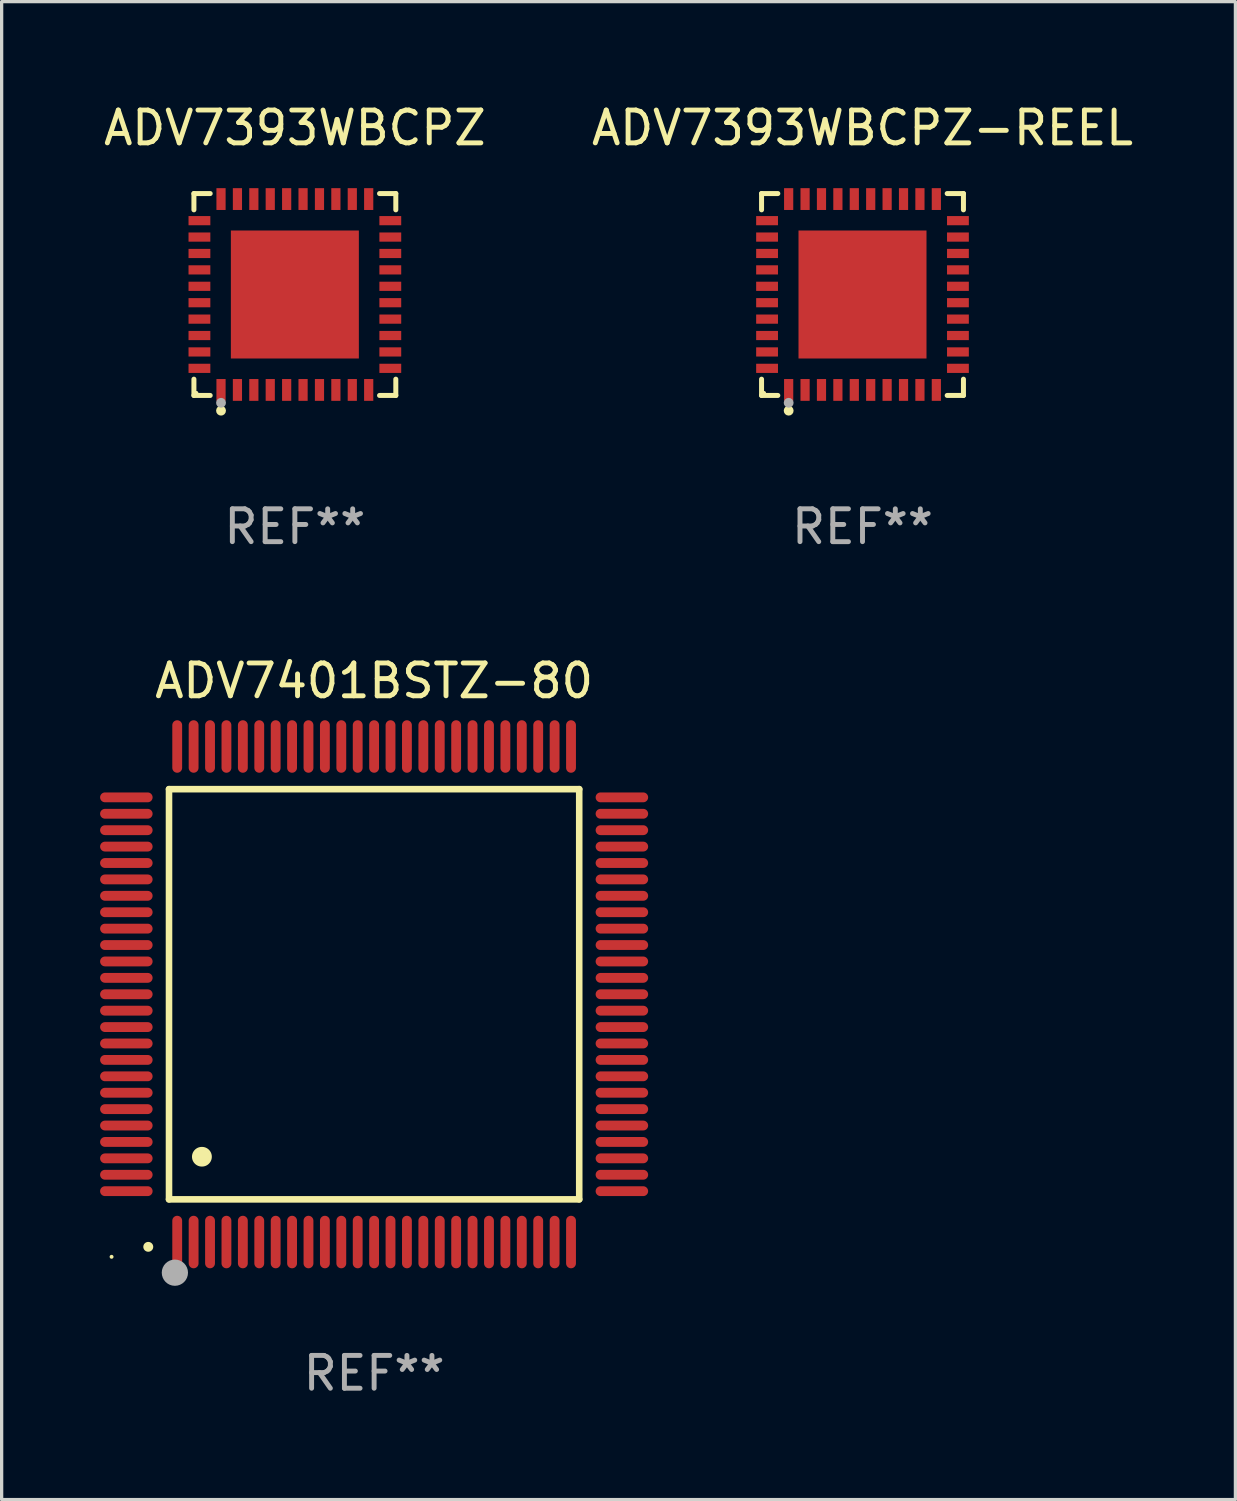
<source format=kicad_pcb>
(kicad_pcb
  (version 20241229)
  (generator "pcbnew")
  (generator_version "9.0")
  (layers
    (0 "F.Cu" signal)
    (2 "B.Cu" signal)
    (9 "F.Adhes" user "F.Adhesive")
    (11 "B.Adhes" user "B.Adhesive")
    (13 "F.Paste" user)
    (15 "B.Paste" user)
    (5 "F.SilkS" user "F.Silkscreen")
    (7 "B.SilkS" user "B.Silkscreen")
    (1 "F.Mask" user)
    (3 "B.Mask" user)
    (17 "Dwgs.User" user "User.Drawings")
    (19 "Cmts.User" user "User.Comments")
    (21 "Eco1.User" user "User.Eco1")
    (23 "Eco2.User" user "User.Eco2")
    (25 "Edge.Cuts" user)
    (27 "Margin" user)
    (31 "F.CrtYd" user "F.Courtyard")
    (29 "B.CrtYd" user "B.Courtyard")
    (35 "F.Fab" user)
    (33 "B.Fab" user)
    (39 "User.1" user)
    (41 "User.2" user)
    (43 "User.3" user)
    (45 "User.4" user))
  (footprint "ADV7401BSTZ-80"
    (layer "F.Cu")
    (at 8.35 27.247)
    (property "Reference" "ADV7401BSTZ-80" (at 0 -9.55 0) (layer "F.SilkS") (effects (font (size 1 1) (thickness 0.15))))
    (attr through_hole)
    (fp_line (start -6.25 -6.25) (end -6.25 6.25) (stroke (width 0.2) (type solid)) (layer "F.SilkS"))
    (fp_line (start -6.25 6.25) (end 6.25 6.25) (stroke (width 0.2) (type solid)) (layer "F.SilkS"))
    (fp_line (start 6.25 -6.25) (end -6.25 -6.25) (stroke (width 0.2) (type solid)) (layer "F.SilkS"))
    (fp_line (start 6.25 6.25) (end 6.25 -6.25) (stroke (width 0.2) (type solid)) (layer "F.SilkS"))
    (fp_arc (start -6.883414 7.696215) (mid -6.882144 7.69621) (end -6.880874 7.696215) (stroke (width 0.3) (type solid)) (layer "F.SilkS"))
    (fp_arc (start -5.250191 4.95047) (mid -5.247651 4.950459) (end -5.245111 4.95047) (stroke (width 0.6) (type solid)) (layer "F.SilkS"))
    (fp_circle (center -8 8) (end -7.97 8) (stroke (width 0.06) (type solid)) (fill no) (layer "F.SilkS"))
    (fp_circle (center -6.071 8.484) (end -5.871 8.484) (stroke (width 0.4) (type solid)) (fill no) (layer "F.Fab"))
    (fp_text user "REF**" (at 0 11.55 0) (layer "F.Fab") (effects (font (size 1 1) (thickness 0.15))))
    (pad "1" smd oval (at -6 7.55) (size 0.3 1.6) (layers "F.Cu" "F.Mask" "F.Paste"))
    (pad "2" smd oval (at -5.5 7.55) (size 0.3 1.6) (layers "F.Cu" "F.Mask" "F.Paste"))
    (pad "3" smd oval (at -5 7.55) (size 0.3 1.6) (layers "F.Cu" "F.Mask" "F.Paste"))
    (pad "4" smd oval (at -4.5 7.55) (size 0.3 1.6) (layers "F.Cu" "F.Mask" "F.Paste"))
    (pad "5" smd oval (at -4 7.55) (size 0.3 1.6) (layers "F.Cu" "F.Mask" "F.Paste"))
    (pad "6" smd oval (at -3.5 7.55) (size 0.3 1.6) (layers "F.Cu" "F.Mask" "F.Paste"))
    (pad "7" smd oval (at -3 7.55) (size 0.3 1.6) (layers "F.Cu" "F.Mask" "F.Paste"))
    (pad "8" smd oval (at -2.5 7.55) (size 0.3 1.6) (layers "F.Cu" "F.Mask" "F.Paste"))
    (pad "9" smd oval (at -2 7.55) (size 0.3 1.6) (layers "F.Cu" "F.Mask" "F.Paste"))
    (pad "10" smd oval (at -1.5 7.55) (size 0.3 1.6) (layers "F.Cu" "F.Mask" "F.Paste"))
    (pad "11" smd oval (at -1 7.55) (size 0.3 1.6) (layers "F.Cu" "F.Mask" "F.Paste"))
    (pad "12" smd oval (at -0.5 7.55) (size 0.3 1.6) (layers "F.Cu" "F.Mask" "F.Paste"))
    (pad "13" smd oval (at 0 7.55) (size 0.3 1.6) (layers "F.Cu" "F.Mask" "F.Paste"))
    (pad "14" smd oval (at 0.5 7.55) (size 0.3 1.6) (layers "F.Cu" "F.Mask" "F.Paste"))
    (pad "15" smd oval (at 1 7.55) (size 0.3 1.6) (layers "F.Cu" "F.Mask" "F.Paste"))
    (pad "16" smd oval (at 1.5 7.55) (size 0.3 1.6) (layers "F.Cu" "F.Mask" "F.Paste"))
    (pad "17" smd oval (at 2 7.55) (size 0.3 1.6) (layers "F.Cu" "F.Mask" "F.Paste"))
    (pad "18" smd oval (at 2.5 7.55) (size 0.3 1.6) (layers "F.Cu" "F.Mask" "F.Paste"))
    (pad "19" smd oval (at 3 7.55) (size 0.3 1.6) (layers "F.Cu" "F.Mask" "F.Paste"))
    (pad "20" smd oval (at 3.5 7.55) (size 0.3 1.6) (layers "F.Cu" "F.Mask" "F.Paste"))
    (pad "21" smd oval (at 4 7.55) (size 0.3 1.6) (layers "F.Cu" "F.Mask" "F.Paste"))
    (pad "22" smd oval (at 4.5 7.55) (size 0.3 1.6) (layers "F.Cu" "F.Mask" "F.Paste"))
    (pad "23" smd oval (at 5 7.55) (size 0.3 1.6) (layers "F.Cu" "F.Mask" "F.Paste"))
    (pad "24" smd oval (at 5.5 7.55) (size 0.3 1.6) (layers "F.Cu" "F.Mask" "F.Paste"))
    (pad "25" smd oval (at 6 7.55) (size 0.3 1.6) (layers "F.Cu" "F.Mask" "F.Paste"))
    (pad "26" smd oval (at 7.55 6) (size 1.6 0.3) (layers "F.Cu" "F.Mask" "F.Paste"))
    (pad "27" smd oval (at 7.55 5.5) (size 1.6 0.3) (layers "F.Cu" "F.Mask" "F.Paste"))
    (pad "28" smd oval (at 7.55 5) (size 1.6 0.3) (layers "F.Cu" "F.Mask" "F.Paste"))
    (pad "29" smd oval (at 7.55 4.5) (size 1.6 0.3) (layers "F.Cu" "F.Mask" "F.Paste"))
    (pad "30" smd oval (at 7.55 4) (size 1.6 0.3) (layers "F.Cu" "F.Mask" "F.Paste"))
    (pad "31" smd oval (at 7.55 3.5) (size 1.6 0.3) (layers "F.Cu" "F.Mask" "F.Paste"))
    (pad "32" smd oval (at 7.55 3) (size 1.6 0.3) (layers "F.Cu" "F.Mask" "F.Paste"))
    (pad "33" smd oval (at 7.55 2.5) (size 1.6 0.3) (layers "F.Cu" "F.Mask" "F.Paste"))
    (pad "34" smd oval (at 7.55 2) (size 1.6 0.3) (layers "F.Cu" "F.Mask" "F.Paste"))
    (pad "35" smd oval (at 7.55 1.5) (size 1.6 0.3) (layers "F.Cu" "F.Mask" "F.Paste"))
    (pad "36" smd oval (at 7.55 1) (size 1.6 0.3) (layers "F.Cu" "F.Mask" "F.Paste"))
    (pad "37" smd oval (at 7.55 0.5) (size 1.6 0.3) (layers "F.Cu" "F.Mask" "F.Paste"))
    (pad "38" smd oval (at 7.55 0) (size 1.6 0.3) (layers "F.Cu" "F.Mask" "F.Paste"))
    (pad "39" smd oval (at 7.55 -0.5) (size 1.6 0.3) (layers "F.Cu" "F.Mask" "F.Paste"))
    (pad "40" smd oval (at 7.55 -1) (size 1.6 0.3) (layers "F.Cu" "F.Mask" "F.Paste"))
    (pad "41" smd oval (at 7.55 -1.5) (size 1.6 0.3) (layers "F.Cu" "F.Mask" "F.Paste"))
    (pad "42" smd oval (at 7.55 -2) (size 1.6 0.3) (layers "F.Cu" "F.Mask" "F.Paste"))
    (pad "43" smd oval (at 7.55 -2.5) (size 1.6 0.3) (layers "F.Cu" "F.Mask" "F.Paste"))
    (pad "44" smd oval (at 7.55 -3) (size 1.6 0.3) (layers "F.Cu" "F.Mask" "F.Paste"))
    (pad "45" smd oval (at 7.55 -3.5) (size 1.6 0.3) (layers "F.Cu" "F.Mask" "F.Paste"))
    (pad "46" smd oval (at 7.55 -4) (size 1.6 0.3) (layers "F.Cu" "F.Mask" "F.Paste"))
    (pad "47" smd oval (at 7.55 -4.5) (size 1.6 0.3) (layers "F.Cu" "F.Mask" "F.Paste"))
    (pad "48" smd oval (at 7.55 -5) (size 1.6 0.3) (layers "F.Cu" "F.Mask" "F.Paste"))
    (pad "49" smd oval (at 7.55 -5.5) (size 1.6 0.3) (layers "F.Cu" "F.Mask" "F.Paste"))
    (pad "50" smd oval (at 7.55 -6) (size 1.6 0.3) (layers "F.Cu" "F.Mask" "F.Paste"))
    (pad "51" smd oval (at 6 -7.55) (size 0.3 1.6) (layers "F.Cu" "F.Mask" "F.Paste"))
    (pad "52" smd oval (at 5.5 -7.55) (size 0.3 1.6) (layers "F.Cu" "F.Mask" "F.Paste"))
    (pad "53" smd oval (at 5 -7.55) (size 0.3 1.6) (layers "F.Cu" "F.Mask" "F.Paste"))
    (pad "54" smd oval (at 4.5 -7.55) (size 0.3 1.6) (layers "F.Cu" "F.Mask" "F.Paste"))
    (pad "55" smd oval (at 4 -7.55) (size 0.3 1.6) (layers "F.Cu" "F.Mask" "F.Paste"))
    (pad "56" smd oval (at 3.5 -7.55) (size 0.3 1.6) (layers "F.Cu" "F.Mask" "F.Paste"))
    (pad "57" smd oval (at 3 -7.55) (size 0.3 1.6) (layers "F.Cu" "F.Mask" "F.Paste"))
    (pad "58" smd oval (at 2.5 -7.55) (size 0.3 1.6) (layers "F.Cu" "F.Mask" "F.Paste"))
    (pad "59" smd oval (at 2 -7.55) (size 0.3 1.6) (layers "F.Cu" "F.Mask" "F.Paste"))
    (pad "60" smd oval (at 1.5 -7.55) (size 0.3 1.6) (layers "F.Cu" "F.Mask" "F.Paste"))
    (pad "61" smd oval (at 1 -7.55) (size 0.3 1.6) (layers "F.Cu" "F.Mask" "F.Paste"))
    (pad "62" smd oval (at 0.5 -7.55) (size 0.3 1.6) (layers "F.Cu" "F.Mask" "F.Paste"))
    (pad "63" smd oval (at 0 -7.55) (size 0.3 1.6) (layers "F.Cu" "F.Mask" "F.Paste"))
    (pad "64" smd oval (at -0.5 -7.55) (size 0.3 1.6) (layers "F.Cu" "F.Mask" "F.Paste"))
    (pad "65" smd oval (at -1 -7.55) (size 0.3 1.6) (layers "F.Cu" "F.Mask" "F.Paste"))
    (pad "66" smd oval (at -1.5 -7.55) (size 0.3 1.6) (layers "F.Cu" "F.Mask" "F.Paste"))
    (pad "67" smd oval (at -2 -7.55) (size 0.3 1.6) (layers "F.Cu" "F.Mask" "F.Paste"))
    (pad "68" smd oval (at -2.5 -7.55) (size 0.3 1.6) (layers "F.Cu" "F.Mask" "F.Paste"))
    (pad "69" smd oval (at -3 -7.55) (size 0.3 1.6) (layers "F.Cu" "F.Mask" "F.Paste"))
    (pad "70" smd oval (at -3.5 -7.55) (size 0.3 1.6) (layers "F.Cu" "F.Mask" "F.Paste"))
    (pad "71" smd oval (at -4 -7.55) (size 0.3 1.6) (layers "F.Cu" "F.Mask" "F.Paste"))
    (pad "72" smd oval (at -4.5 -7.55) (size 0.3 1.6) (layers "F.Cu" "F.Mask" "F.Paste"))
    (pad "73" smd oval (at -5 -7.55) (size 0.3 1.6) (layers "F.Cu" "F.Mask" "F.Paste"))
    (pad "74" smd oval (at -5.5 -7.55) (size 0.3 1.6) (layers "F.Cu" "F.Mask" "F.Paste"))
    (pad "75" smd oval (at -6 -7.55) (size 0.3 1.6) (layers "F.Cu" "F.Mask" "F.Paste"))
    (pad "76" smd oval (at -7.55 -6) (size 1.6 0.3) (layers "F.Cu" "F.Mask" "F.Paste"))
    (pad "77" smd oval (at -7.55 -5.5) (size 1.6 0.3) (layers "F.Cu" "F.Mask" "F.Paste"))
    (pad "78" smd oval (at -7.55 -5) (size 1.6 0.3) (layers "F.Cu" "F.Mask" "F.Paste"))
    (pad "79" smd oval (at -7.55 -4.5) (size 1.6 0.3) (layers "F.Cu" "F.Mask" "F.Paste"))
    (pad "80" smd oval (at -7.55 -4) (size 1.6 0.3) (layers "F.Cu" "F.Mask" "F.Paste"))
    (pad "81" smd oval (at -7.55 -3.5) (size 1.6 0.3) (layers "F.Cu" "F.Mask" "F.Paste"))
    (pad "82" smd oval (at -7.55 -3) (size 1.6 0.3) (layers "F.Cu" "F.Mask" "F.Paste"))
    (pad "83" smd oval (at -7.55 -2.5) (size 1.6 0.3) (layers "F.Cu" "F.Mask" "F.Paste"))
    (pad "84" smd oval (at -7.55 -2) (size 1.6 0.3) (layers "F.Cu" "F.Mask" "F.Paste"))
    (pad "85" smd oval (at -7.55 -1.5) (size 1.6 0.3) (layers "F.Cu" "F.Mask" "F.Paste"))
    (pad "86" smd oval (at -7.55 -1) (size 1.6 0.3) (layers "F.Cu" "F.Mask" "F.Paste"))
    (pad "87" smd oval (at -7.55 -0.5) (size 1.6 0.3) (layers "F.Cu" "F.Mask" "F.Paste"))
    (pad "88" smd oval (at -7.55 0) (size 1.6 0.3) (layers "F.Cu" "F.Mask" "F.Paste"))
    (pad "89" smd oval (at -7.55 0.5) (size 1.6 0.3) (layers "F.Cu" "F.Mask" "F.Paste"))
    (pad "90" smd oval (at -7.55 1) (size 1.6 0.3) (layers "F.Cu" "F.Mask" "F.Paste"))
    (pad "91" smd oval (at -7.55 1.5) (size 1.6 0.3) (layers "F.Cu" "F.Mask" "F.Paste"))
    (pad "92" smd oval (at -7.55 2) (size 1.6 0.3) (layers "F.Cu" "F.Mask" "F.Paste"))
    (pad "93" smd oval (at -7.55 2.5) (size 1.6 0.3) (layers "F.Cu" "F.Mask" "F.Paste"))
    (pad "94" smd oval (at -7.55 3) (size 1.6 0.3) (layers "F.Cu" "F.Mask" "F.Paste"))
    (pad "95" smd oval (at -7.55 3.5) (size 1.6 0.3) (layers "F.Cu" "F.Mask" "F.Paste"))
    (pad "96" smd oval (at -7.55 4) (size 1.6 0.3) (layers "F.Cu" "F.Mask" "F.Paste"))
    (pad "97" smd oval (at -7.55 4.5) (size 1.6 0.3) (layers "F.Cu" "F.Mask" "F.Paste"))
    (pad "98" smd oval (at -7.55 5) (size 1.6 0.3) (layers "F.Cu" "F.Mask" "F.Paste"))
    (pad "99" smd oval (at -7.55 5.5) (size 1.6 0.3) (layers "F.Cu" "F.Mask" "F.Paste"))
    (pad "100" smd oval (at -7.55 6) (size 1.6 0.3) (layers "F.Cu" "F.Mask" "F.Paste")))
  (footprint "ADV7393WBCPZ-REEL"
    (layer "F.Cu")
    (at 23.232 5.924)
    (property "Reference" "ADV7393WBCPZ-REEL" (at 0 -5.076 0) (layer "F.SilkS") (effects (font (size 1 1) (thickness 0.15))))
    (attr through_hole)
    (fp_line (start -3.076 -3.076) (end -2.58 -3.076) (stroke (width 0.152) (type solid)) (layer "F.SilkS"))
    (fp_line (start -3.076 -2.58) (end -3.076 -3.076) (stroke (width 0.152) (type solid)) (layer "F.SilkS"))
    (fp_line (start -3.076 2.58) (end -3.076 3.076) (stroke (width 0.152) (type solid)) (layer "F.SilkS"))
    (fp_line (start -3.076 3.076) (end -2.58 3.076) (stroke (width 0.152) (type solid)) (layer "F.SilkS"))
    (fp_line (start 3.076 -3.076) (end 2.58 -3.076) (stroke (width 0.152) (type solid)) (layer "F.SilkS"))
    (fp_line (start 3.076 -2.58) (end 3.076 -3.076) (stroke (width 0.152) (type solid)) (layer "F.SilkS"))
    (fp_line (start 3.076 2.58) (end 3.076 3.076) (stroke (width 0.152) (type solid)) (layer "F.SilkS"))
    (fp_line (start 3.076 3.076) (end 2.58 3.076) (stroke (width 0.152) (type solid)) (layer "F.SilkS"))
    (fp_circle (center -3 3) (end -2.97 3) (stroke (width 0.06) (type solid)) (fill no) (layer "F.SilkS"))
    (fp_circle (center -2.25 3.54) (end -2.175 3.54) (stroke (width 0.15) (type solid)) (fill no) (layer "F.SilkS"))
    (fp_circle (center -2.25 3.3) (end -2.175 3.3) (stroke (width 0.15) (type solid)) (fill no) (layer "F.Fab"))
    (fp_text user "REF**" (at 0 7.076 0) (layer "F.Fab") (effects (font (size 1 1) (thickness 0.15))))
    (pad "1" smd rect (at -2.25 2.908) (size 0.28 0.665) (layers "F.Cu" "F.Mask" "F.Paste"))
    (pad "2" smd rect (at -1.75 2.908) (size 0.28 0.665) (layers "F.Cu" "F.Mask" "F.Paste"))
    (pad "3" smd rect (at -1.25 2.908) (size 0.28 0.665) (layers "F.Cu" "F.Mask" "F.Paste"))
    (pad "4" smd rect (at -0.75 2.908) (size 0.28 0.665) (layers "F.Cu" "F.Mask" "F.Paste"))
    (pad "5" smd rect (at -0.25 2.908) (size 0.28 0.665) (layers "F.Cu" "F.Mask" "F.Paste"))
    (pad "6" smd rect (at 0.25 2.908) (size 0.28 0.665) (layers "F.Cu" "F.Mask" "F.Paste"))
    (pad "7" smd rect (at 0.75 2.908) (size 0.28 0.665) (layers "F.Cu" "F.Mask" "F.Paste"))
    (pad "8" smd rect (at 1.25 2.908) (size 0.28 0.665) (layers "F.Cu" "F.Mask" "F.Paste"))
    (pad "9" smd rect (at 1.75 2.908) (size 0.28 0.665) (layers "F.Cu" "F.Mask" "F.Paste"))
    (pad "10" smd rect (at 2.25 2.908) (size 0.28 0.665) (layers "F.Cu" "F.Mask" "F.Paste"))
    (pad "11" smd rect (at 2.908 2.25) (size 0.665 0.28) (layers "F.Cu" "F.Mask" "F.Paste"))
    (pad "12" smd rect (at 2.908 1.75) (size 0.665 0.28) (layers "F.Cu" "F.Mask" "F.Paste"))
    (pad "13" smd rect (at 2.908 1.25) (size 0.665 0.28) (layers "F.Cu" "F.Mask" "F.Paste"))
    (pad "14" smd rect (at 2.908 0.75) (size 0.665 0.28) (layers "F.Cu" "F.Mask" "F.Paste"))
    (pad "15" smd rect (at 2.908 0.25) (size 0.665 0.28) (layers "F.Cu" "F.Mask" "F.Paste"))
    (pad "16" smd rect (at 2.908 -0.25) (size 0.665 0.28) (layers "F.Cu" "F.Mask" "F.Paste"))
    (pad "17" smd rect (at 2.908 -0.75) (size 0.665 0.28) (layers "F.Cu" "F.Mask" "F.Paste"))
    (pad "18" smd rect (at 2.908 -1.25) (size 0.665 0.28) (layers "F.Cu" "F.Mask" "F.Paste"))
    (pad "19" smd rect (at 2.908 -1.75) (size 0.665 0.28) (layers "F.Cu" "F.Mask" "F.Paste"))
    (pad "20" smd rect (at 2.908 -2.25) (size 0.665 0.28) (layers "F.Cu" "F.Mask" "F.Paste"))
    (pad "21" smd rect (at 2.25 -2.908) (size 0.28 0.665) (layers "F.Cu" "F.Mask" "F.Paste"))
    (pad "22" smd rect (at 1.75 -2.908) (size 0.28 0.665) (layers "F.Cu" "F.Mask" "F.Paste"))
    (pad "23" smd rect (at 1.25 -2.908) (size 0.28 0.665) (layers "F.Cu" "F.Mask" "F.Paste"))
    (pad "24" smd rect (at 0.75 -2.908) (size 0.28 0.665) (layers "F.Cu" "F.Mask" "F.Paste"))
    (pad "25" smd rect (at 0.25 -2.908) (size 0.28 0.665) (layers "F.Cu" "F.Mask" "F.Paste"))
    (pad "26" smd rect (at -0.25 -2.908) (size 0.28 0.665) (layers "F.Cu" "F.Mask" "F.Paste"))
    (pad "27" smd rect (at -0.75 -2.908) (size 0.28 0.665) (layers "F.Cu" "F.Mask" "F.Paste"))
    (pad "28" smd rect (at -1.25 -2.908) (size 0.28 0.665) (layers "F.Cu" "F.Mask" "F.Paste"))
    (pad "29" smd rect (at -1.75 -2.908) (size 0.28 0.665) (layers "F.Cu" "F.Mask" "F.Paste"))
    (pad "30" smd rect (at -2.25 -2.908) (size 0.28 0.665) (layers "F.Cu" "F.Mask" "F.Paste"))
    (pad "31" smd rect (at -2.908 -2.25) (size 0.665 0.28) (layers "F.Cu" "F.Mask" "F.Paste"))
    (pad "32" smd rect (at -2.908 -1.75) (size 0.665 0.28) (layers "F.Cu" "F.Mask" "F.Paste"))
    (pad "33" smd rect (at -2.908 -1.25) (size 0.665 0.28) (layers "F.Cu" "F.Mask" "F.Paste"))
    (pad "34" smd rect (at -2.908 -0.75) (size 0.665 0.28) (layers "F.Cu" "F.Mask" "F.Paste"))
    (pad "35" smd rect (at -2.908 -0.25) (size 0.665 0.28) (layers "F.Cu" "F.Mask" "F.Paste"))
    (pad "36" smd rect (at -2.908 0.25) (size 0.665 0.28) (layers "F.Cu" "F.Mask" "F.Paste"))
    (pad "37" smd rect (at -2.908 0.75) (size 0.665 0.28) (layers "F.Cu" "F.Mask" "F.Paste"))
    (pad "38" smd rect (at -2.908 1.25) (size 0.665 0.28) (layers "F.Cu" "F.Mask" "F.Paste"))
    (pad "39" smd rect (at -2.908 1.75) (size 0.665 0.28) (layers "F.Cu" "F.Mask" "F.Paste"))
    (pad "40" smd rect (at -2.908 2.25) (size 0.665 0.28) (layers "F.Cu" "F.Mask" "F.Paste"))
    (pad "41" smd rect (at 0 0) (size 3.9 3.9) (layers "F.Cu" "F.Mask" "F.Paste")))
  (footprint "ADV7393WBCPZ"
    (layer "F.Cu")
    (at 5.935 5.924)
    (property "Reference" "ADV7393WBCPZ" (at 0 -5.076 0) (layer "F.SilkS") (effects (font (size 1 1) (thickness 0.15))))
    (attr through_hole)
    (fp_line (start -3.076 -3.076) (end -2.58 -3.076) (stroke (width 0.152) (type solid)) (layer "F.SilkS"))
    (fp_line (start -3.076 -2.58) (end -3.076 -3.076) (stroke (width 0.152) (type solid)) (layer "F.SilkS"))
    (fp_line (start -3.076 2.58) (end -3.076 3.076) (stroke (width 0.152) (type solid)) (layer "F.SilkS"))
    (fp_line (start -3.076 3.076) (end -2.58 3.076) (stroke (width 0.152) (type solid)) (layer "F.SilkS"))
    (fp_line (start 3.076 -3.076) (end 2.58 -3.076) (stroke (width 0.152) (type solid)) (layer "F.SilkS"))
    (fp_line (start 3.076 -2.58) (end 3.076 -3.076) (stroke (width 0.152) (type solid)) (layer "F.SilkS"))
    (fp_line (start 3.076 2.58) (end 3.076 3.076) (stroke (width 0.152) (type solid)) (layer "F.SilkS"))
    (fp_line (start 3.076 3.076) (end 2.58 3.076) (stroke (width 0.152) (type solid)) (layer "F.SilkS"))
    (fp_circle (center -3 3) (end -2.97 3) (stroke (width 0.06) (type solid)) (fill no) (layer "F.SilkS"))
    (fp_circle (center -2.25 3.54) (end -2.175 3.54) (stroke (width 0.15) (type solid)) (fill no) (layer "F.SilkS"))
    (fp_circle (center -2.25 3.3) (end -2.175 3.3) (stroke (width 0.15) (type solid)) (fill no) (layer "F.Fab"))
    (fp_text user "REF**" (at 0 7.076 0) (layer "F.Fab") (effects (font (size 1 1) (thickness 0.15))))
    (pad "1" smd rect (at -2.25 2.908) (size 0.28 0.665) (layers "F.Cu" "F.Mask" "F.Paste"))
    (pad "2" smd rect (at -1.75 2.908) (size 0.28 0.665) (layers "F.Cu" "F.Mask" "F.Paste"))
    (pad "3" smd rect (at -1.25 2.908) (size 0.28 0.665) (layers "F.Cu" "F.Mask" "F.Paste"))
    (pad "4" smd rect (at -0.75 2.908) (size 0.28 0.665) (layers "F.Cu" "F.Mask" "F.Paste"))
    (pad "5" smd rect (at -0.25 2.908) (size 0.28 0.665) (layers "F.Cu" "F.Mask" "F.Paste"))
    (pad "6" smd rect (at 0.25 2.908) (size 0.28 0.665) (layers "F.Cu" "F.Mask" "F.Paste"))
    (pad "7" smd rect (at 0.75 2.908) (size 0.28 0.665) (layers "F.Cu" "F.Mask" "F.Paste"))
    (pad "8" smd rect (at 1.25 2.908) (size 0.28 0.665) (layers "F.Cu" "F.Mask" "F.Paste"))
    (pad "9" smd rect (at 1.75 2.908) (size 0.28 0.665) (layers "F.Cu" "F.Mask" "F.Paste"))
    (pad "10" smd rect (at 2.25 2.908) (size 0.28 0.665) (layers "F.Cu" "F.Mask" "F.Paste"))
    (pad "11" smd rect (at 2.908 2.25) (size 0.665 0.28) (layers "F.Cu" "F.Mask" "F.Paste"))
    (pad "12" smd rect (at 2.908 1.75) (size 0.665 0.28) (layers "F.Cu" "F.Mask" "F.Paste"))
    (pad "13" smd rect (at 2.908 1.25) (size 0.665 0.28) (layers "F.Cu" "F.Mask" "F.Paste"))
    (pad "14" smd rect (at 2.908 0.75) (size 0.665 0.28) (layers "F.Cu" "F.Mask" "F.Paste"))
    (pad "15" smd rect (at 2.908 0.25) (size 0.665 0.28) (layers "F.Cu" "F.Mask" "F.Paste"))
    (pad "16" smd rect (at 2.908 -0.25) (size 0.665 0.28) (layers "F.Cu" "F.Mask" "F.Paste"))
    (pad "17" smd rect (at 2.908 -0.75) (size 0.665 0.28) (layers "F.Cu" "F.Mask" "F.Paste"))
    (pad "18" smd rect (at 2.908 -1.25) (size 0.665 0.28) (layers "F.Cu" "F.Mask" "F.Paste"))
    (pad "19" smd rect (at 2.908 -1.75) (size 0.665 0.28) (layers "F.Cu" "F.Mask" "F.Paste"))
    (pad "20" smd rect (at 2.908 -2.25) (size 0.665 0.28) (layers "F.Cu" "F.Mask" "F.Paste"))
    (pad "21" smd rect (at 2.25 -2.908) (size 0.28 0.665) (layers "F.Cu" "F.Mask" "F.Paste"))
    (pad "22" smd rect (at 1.75 -2.908) (size 0.28 0.665) (layers "F.Cu" "F.Mask" "F.Paste"))
    (pad "23" smd rect (at 1.25 -2.908) (size 0.28 0.665) (layers "F.Cu" "F.Mask" "F.Paste"))
    (pad "24" smd rect (at 0.75 -2.908) (size 0.28 0.665) (layers "F.Cu" "F.Mask" "F.Paste"))
    (pad "25" smd rect (at 0.25 -2.908) (size 0.28 0.665) (layers "F.Cu" "F.Mask" "F.Paste"))
    (pad "26" smd rect (at -0.25 -2.908) (size 0.28 0.665) (layers "F.Cu" "F.Mask" "F.Paste"))
    (pad "27" smd rect (at -0.75 -2.908) (size 0.28 0.665) (layers "F.Cu" "F.Mask" "F.Paste"))
    (pad "28" smd rect (at -1.25 -2.908) (size 0.28 0.665) (layers "F.Cu" "F.Mask" "F.Paste"))
    (pad "29" smd rect (at -1.75 -2.908) (size 0.28 0.665) (layers "F.Cu" "F.Mask" "F.Paste"))
    (pad "30" smd rect (at -2.25 -2.908) (size 0.28 0.665) (layers "F.Cu" "F.Mask" "F.Paste"))
    (pad "31" smd rect (at -2.908 -2.25) (size 0.665 0.28) (layers "F.Cu" "F.Mask" "F.Paste"))
    (pad "32" smd rect (at -2.908 -1.75) (size 0.665 0.28) (layers "F.Cu" "F.Mask" "F.Paste"))
    (pad "33" smd rect (at -2.908 -1.25) (size 0.665 0.28) (layers "F.Cu" "F.Mask" "F.Paste"))
    (pad "34" smd rect (at -2.908 -0.75) (size 0.665 0.28) (layers "F.Cu" "F.Mask" "F.Paste"))
    (pad "35" smd rect (at -2.908 -0.25) (size 0.665 0.28) (layers "F.Cu" "F.Mask" "F.Paste"))
    (pad "36" smd rect (at -2.908 0.25) (size 0.665 0.28) (layers "F.Cu" "F.Mask" "F.Paste"))
    (pad "37" smd rect (at -2.908 0.75) (size 0.665 0.28) (layers "F.Cu" "F.Mask" "F.Paste"))
    (pad "38" smd rect (at -2.908 1.25) (size 0.665 0.28) (layers "F.Cu" "F.Mask" "F.Paste"))
    (pad "39" smd rect (at -2.908 1.75) (size 0.665 0.28) (layers "F.Cu" "F.Mask" "F.Paste"))
    (pad "40" smd rect (at -2.908 2.25) (size 0.665 0.28) (layers "F.Cu" "F.Mask" "F.Paste"))
    (pad "41" smd rect (at 0 0) (size 3.9 3.9) (layers "F.Cu" "F.Mask" "F.Paste")))
  (gr_rect
    (start -3 -3)
    (end 34.595 42.645)
    (stroke (width 0.1) (type default))
    (fill no)
    (layer "Edge.Cuts")))
</source>
